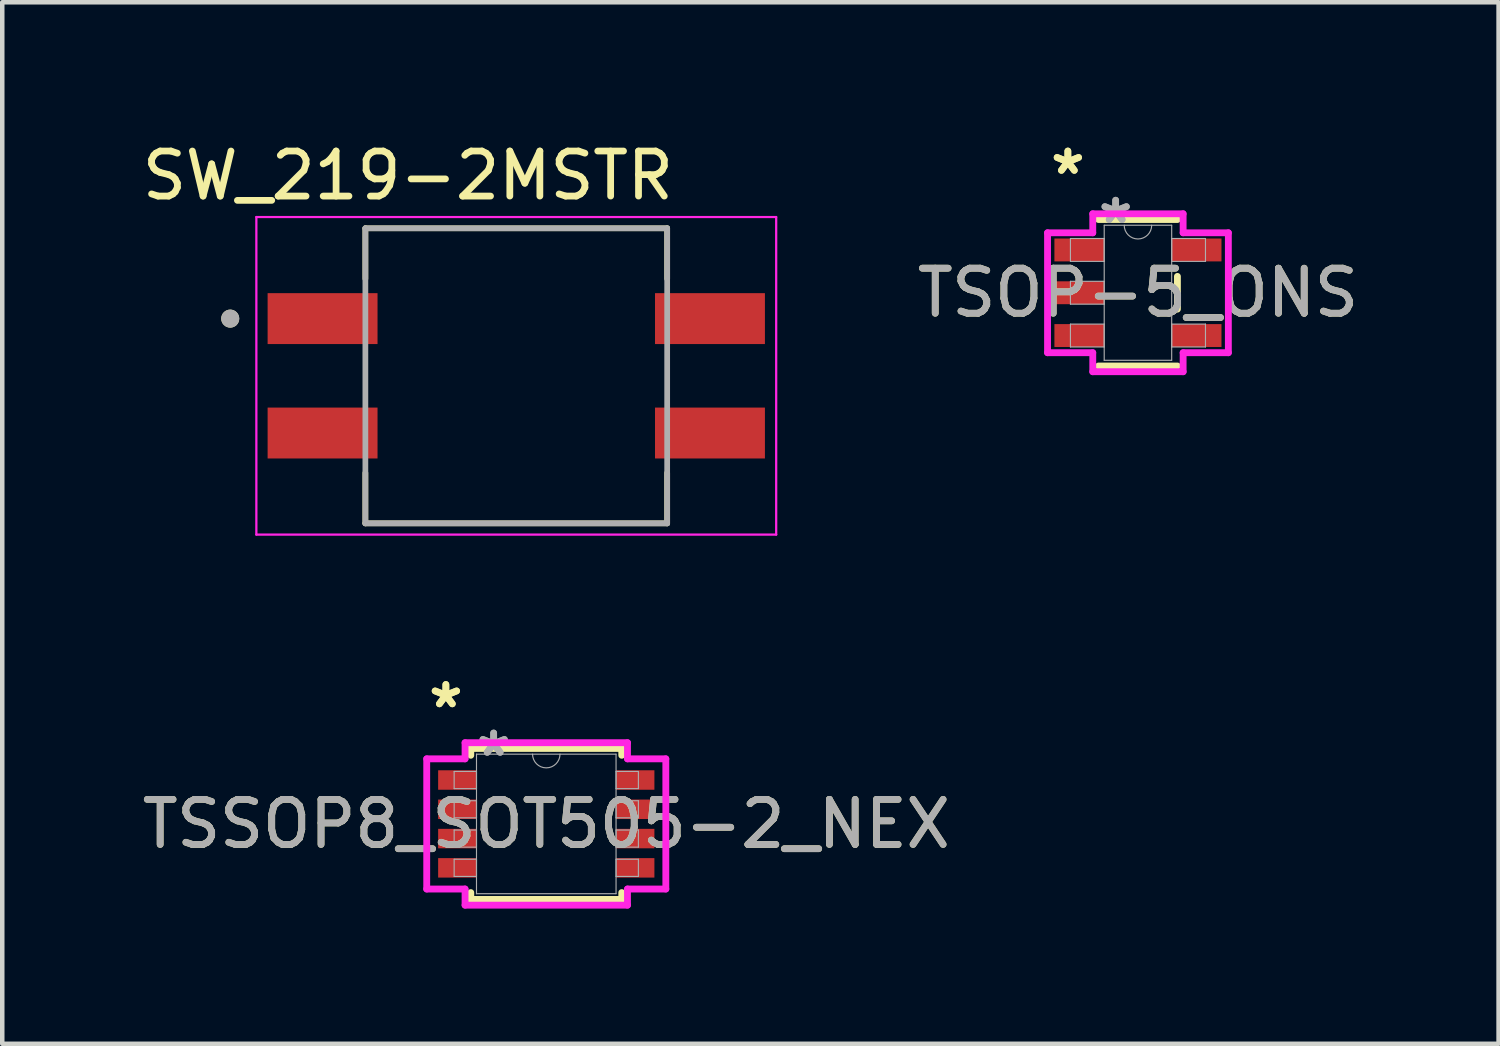
<source format=kicad_pcb>
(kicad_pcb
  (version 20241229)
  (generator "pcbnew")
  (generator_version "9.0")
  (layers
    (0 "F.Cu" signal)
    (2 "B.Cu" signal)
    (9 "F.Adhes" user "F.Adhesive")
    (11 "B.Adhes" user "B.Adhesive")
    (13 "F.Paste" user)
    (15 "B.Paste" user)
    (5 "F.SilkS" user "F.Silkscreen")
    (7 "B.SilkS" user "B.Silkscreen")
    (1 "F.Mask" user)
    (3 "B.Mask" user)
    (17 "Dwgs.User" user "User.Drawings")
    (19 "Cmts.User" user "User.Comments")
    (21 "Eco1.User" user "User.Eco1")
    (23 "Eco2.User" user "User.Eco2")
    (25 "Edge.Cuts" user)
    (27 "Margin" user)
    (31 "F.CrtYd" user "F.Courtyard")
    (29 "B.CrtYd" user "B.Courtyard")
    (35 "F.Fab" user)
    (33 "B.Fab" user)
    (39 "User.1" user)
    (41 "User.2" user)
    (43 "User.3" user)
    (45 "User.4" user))
  (footprint "TSSOP8_SOT505-2_NEX"
    (layer "F.Cu")
    (at 9.077 15.241)
    (property "Reference" "TSSOP8_SOT505-2_NEX" (at 0 0 0) (unlocked yes) (layer "F.SilkS") (effects (font (size 1 1) (thickness 0.15))))
    (attr smd)
    (fp_line (start -1.676 -1.676) (end -1.676 -1.524) (stroke (width 0.152) (type solid)) (layer "F.SilkS"))
    (fp_line (start -1.676 1.524) (end -1.676 1.676) (stroke (width 0.152) (type solid)) (layer "F.SilkS"))
    (fp_line (start -1.676 1.676) (end 1.676 1.676) (stroke (width 0.152) (type solid)) (layer "F.SilkS"))
    (fp_line (start 1.676 -1.676) (end -1.676 -1.676) (stroke (width 0.152) (type solid)) (layer "F.SilkS"))
    (fp_line (start 1.676 -1.524) (end 1.676 -1.676) (stroke (width 0.152) (type solid)) (layer "F.SilkS"))
    (fp_line (start 1.676 1.676) (end 1.676 1.524) (stroke (width 0.152) (type solid)) (layer "F.SilkS"))
    (fp_line (start -2.654 -1.445) (end -1.803 -1.445) (stroke (width 0.152) (type solid)) (layer "F.CrtYd"))
    (fp_line (start -2.654 1.445) (end -2.654 -1.445) (stroke (width 0.152) (type solid)) (layer "F.CrtYd"))
    (fp_line (start -2.654 1.445) (end -1.803 1.445) (stroke (width 0.152) (type solid)) (layer "F.CrtYd"))
    (fp_line (start -1.803 -1.803) (end 1.803 -1.803) (stroke (width 0.152) (type solid)) (layer "F.CrtYd"))
    (fp_line (start -1.803 -1.445) (end -1.803 -1.803) (stroke (width 0.152) (type solid)) (layer "F.CrtYd"))
    (fp_line (start -1.803 1.803) (end -1.803 1.445) (stroke (width 0.152) (type solid)) (layer "F.CrtYd"))
    (fp_line (start 1.803 -1.803) (end 1.803 -1.445) (stroke (width 0.152) (type solid)) (layer "F.CrtYd"))
    (fp_line (start 1.803 1.445) (end 1.803 1.803) (stroke (width 0.152) (type solid)) (layer "F.CrtYd"))
    (fp_line (start 1.803 1.803) (end -1.803 1.803) (stroke (width 0.152) (type solid)) (layer "F.CrtYd"))
    (fp_line (start 2.654 -1.445) (end 1.803 -1.445) (stroke (width 0.152) (type solid)) (layer "F.CrtYd"))
    (fp_line (start 2.654 -1.445) (end 2.654 1.445) (stroke (width 0.152) (type solid)) (layer "F.CrtYd"))
    (fp_line (start 2.654 1.445) (end 1.803 1.445) (stroke (width 0.152) (type solid)) (layer "F.CrtYd"))
    (fp_line (start -2.045 -1.165) (end -2.045 -0.784) (stroke (width 0.025) (type solid)) (layer "F.Fab"))
    (fp_line (start -2.045 -0.784) (end -1.549 -0.784) (stroke (width 0.025) (type solid)) (layer "F.Fab"))
    (fp_line (start -2.045 -0.515) (end -2.045 -0.135) (stroke (width 0.025) (type solid)) (layer "F.Fab"))
    (fp_line (start -2.045 -0.135) (end -1.549 -0.135) (stroke (width 0.025) (type solid)) (layer "F.Fab"))
    (fp_line (start -2.045 0.135) (end -2.045 0.515) (stroke (width 0.025) (type solid)) (layer "F.Fab"))
    (fp_line (start -2.045 0.515) (end -1.549 0.515) (stroke (width 0.025) (type solid)) (layer "F.Fab"))
    (fp_line (start -2.045 0.784) (end -2.045 1.165) (stroke (width 0.025) (type solid)) (layer "F.Fab"))
    (fp_line (start -2.045 1.165) (end -1.549 1.165) (stroke (width 0.025) (type solid)) (layer "F.Fab"))
    (fp_line (start -1.549 -1.549) (end -1.549 1.549) (stroke (width 0.025) (type solid)) (layer "F.Fab"))
    (fp_line (start -1.549 -1.165) (end -2.045 -1.165) (stroke (width 0.025) (type solid)) (layer "F.Fab"))
    (fp_line (start -1.549 -0.784) (end -1.549 -1.165) (stroke (width 0.025) (type solid)) (layer "F.Fab"))
    (fp_line (start -1.549 -0.515) (end -2.045 -0.515) (stroke (width 0.025) (type solid)) (layer "F.Fab"))
    (fp_line (start -1.549 -0.135) (end -1.549 -0.515) (stroke (width 0.025) (type solid)) (layer "F.Fab"))
    (fp_line (start -1.549 0.135) (end -2.045 0.135) (stroke (width 0.025) (type solid)) (layer "F.Fab"))
    (fp_line (start -1.549 0.515) (end -1.549 0.135) (stroke (width 0.025) (type solid)) (layer "F.Fab"))
    (fp_line (start -1.549 0.784) (end -2.045 0.784) (stroke (width 0.025) (type solid)) (layer "F.Fab"))
    (fp_line (start -1.549 1.165) (end -1.549 0.784) (stroke (width 0.025) (type solid)) (layer "F.Fab"))
    (fp_line (start -1.549 1.549) (end 1.549 1.549) (stroke (width 0.025) (type solid)) (layer "F.Fab"))
    (fp_line (start 1.549 -1.549) (end -1.549 -1.549) (stroke (width 0.025) (type solid)) (layer "F.Fab"))
    (fp_line (start 1.549 -1.165) (end 1.549 -0.784) (stroke (width 0.025) (type solid)) (layer "F.Fab"))
    (fp_line (start 1.549 -0.784) (end 2.045 -0.784) (stroke (width 0.025) (type solid)) (layer "F.Fab"))
    (fp_line (start 1.549 -0.515) (end 1.549 -0.135) (stroke (width 0.025) (type solid)) (layer "F.Fab"))
    (fp_line (start 1.549 -0.135) (end 2.045 -0.135) (stroke (width 0.025) (type solid)) (layer "F.Fab"))
    (fp_line (start 1.549 0.135) (end 1.549 0.515) (stroke (width 0.025) (type solid)) (layer "F.Fab"))
    (fp_line (start 1.549 0.515) (end 2.045 0.515) (stroke (width 0.025) (type solid)) (layer "F.Fab"))
    (fp_line (start 1.549 0.784) (end 1.549 1.165) (stroke (width 0.025) (type solid)) (layer "F.Fab"))
    (fp_line (start 1.549 1.165) (end 2.045 1.165) (stroke (width 0.025) (type solid)) (layer "F.Fab"))
    (fp_line (start 1.549 1.549) (end 1.549 -1.549) (stroke (width 0.025) (type solid)) (layer "F.Fab"))
    (fp_line (start 2.045 -1.165) (end 1.549 -1.165) (stroke (width 0.025) (type solid)) (layer "F.Fab"))
    (fp_line (start 2.045 -0.784) (end 2.045 -1.165) (stroke (width 0.025) (type solid)) (layer "F.Fab"))
    (fp_line (start 2.045 -0.515) (end 1.549 -0.515) (stroke (width 0.025) (type solid)) (layer "F.Fab"))
    (fp_line (start 2.045 -0.135) (end 2.045 -0.515) (stroke (width 0.025) (type solid)) (layer "F.Fab"))
    (fp_line (start 2.045 0.135) (end 1.549 0.135) (stroke (width 0.025) (type solid)) (layer "F.Fab"))
    (fp_line (start 2.045 0.515) (end 2.045 0.135) (stroke (width 0.025) (type solid)) (layer "F.Fab"))
    (fp_line (start 2.045 0.784) (end 1.549 0.784) (stroke (width 0.025) (type solid)) (layer "F.Fab"))
    (fp_line (start 2.045 1.165) (end 2.045 0.784) (stroke (width 0.025) (type solid)) (layer "F.Fab"))
    (fp_arc (start 0.3048 -1.5494) (mid 0 -1.2446) (end -0.3048 -1.5494) (stroke (width 0.0254) (type solid)) (layer "F.Fab"))
    (fp_text user "*" (at -2.229 -2.55 0) (unlocked yes) (layer "F.SilkS") (effects (font (size 1 1) (thickness 0.15))))
    (fp_text user "*" (at -2.229 -2.55 0) (layer "F.SilkS") (effects (font (size 1 1) (thickness 0.15))))
    (fp_text user "*" (at -1.168 -1.473 0) (layer "F.Fab") (effects (font (size 1 1) (thickness 0.15))))
    (fp_text user "${REFERENCE}" (at 0 0 0) (unlocked yes) (layer "F.Fab") (effects (font (size 1 1) (thickness 0.15))))
    (fp_text user "*" (at -1.168 -1.473 0) (unlocked yes) (layer "F.Fab") (effects (font (size 1 1) (thickness 0.15))))
    (pad "1" smd rect (at -1.975 -0.975) (size 0.851 0.432) (layers "F.Cu" "F.Mask" "F.Paste"))
    (pad "2" smd rect (at -1.975 -0.325) (size 0.851 0.432) (layers "F.Cu" "F.Mask" "F.Paste"))
    (pad "3" smd rect (at -1.975 0.325) (size 0.851 0.432) (layers "F.Cu" "F.Mask" "F.Paste"))
    (pad "4" smd rect (at -1.975 0.975) (size 0.851 0.432) (layers "F.Cu" "F.Mask" "F.Paste"))
    (pad "5" smd rect (at 1.975 0.975) (size 0.851 0.432) (layers "F.Cu" "F.Mask" "F.Paste"))
    (pad "6" smd rect (at 1.975 0.325) (size 0.851 0.432) (layers "F.Cu" "F.Mask" "F.Paste"))
    (pad "7" smd rect (at 1.975 -0.325) (size 0.851 0.432) (layers "F.Cu" "F.Mask" "F.Paste"))
    (pad "8" smd rect (at 1.975 -0.975) (size 0.851 0.432) (layers "F.Cu" "F.Mask" "F.Paste")))
  (footprint "TSOP-5_ONS"
    (layer "F.Cu")
    (at 22.212 3.449)
    (property "Reference" "TSOP-5_ONS" (at 0 0 0) (unlocked yes) (layer "F.SilkS") (effects (font (size 1 1) (thickness 0.15))))
    (attr smd)
    (fp_line (start -0.876 1.626) (end 0.876 1.626) (stroke (width 0.152) (type solid)) (layer "F.SilkS"))
    (fp_line (start 0.876 -1.626) (end -0.876 -1.626) (stroke (width 0.152) (type solid)) (layer "F.SilkS"))
    (fp_line (start 0.876 0.363) (end 0.876 -0.363) (stroke (width 0.152) (type solid)) (layer "F.SilkS"))
    (fp_line (start -2.007 -1.331) (end -1.003 -1.331) (stroke (width 0.152) (type solid)) (layer "F.CrtYd"))
    (fp_line (start -2.007 1.331) (end -2.007 -1.331) (stroke (width 0.152) (type solid)) (layer "F.CrtYd"))
    (fp_line (start -1.003 -1.753) (end 1.003 -1.753) (stroke (width 0.152) (type solid)) (layer "F.CrtYd"))
    (fp_line (start -1.003 -1.331) (end -1.003 -1.753) (stroke (width 0.152) (type solid)) (layer "F.CrtYd"))
    (fp_line (start -1.003 1.331) (end -2.007 1.331) (stroke (width 0.152) (type solid)) (layer "F.CrtYd"))
    (fp_line (start -1.003 1.753) (end -1.003 1.331) (stroke (width 0.152) (type solid)) (layer "F.CrtYd"))
    (fp_line (start 1.003 -1.753) (end 1.003 -1.331) (stroke (width 0.152) (type solid)) (layer "F.CrtYd"))
    (fp_line (start 1.003 -1.331) (end 2.007 -1.331) (stroke (width 0.152) (type solid)) (layer "F.CrtYd"))
    (fp_line (start 1.003 1.331) (end 1.003 1.753) (stroke (width 0.152) (type solid)) (layer "F.CrtYd"))
    (fp_line (start 1.003 1.753) (end -1.003 1.753) (stroke (width 0.152) (type solid)) (layer "F.CrtYd"))
    (fp_line (start 2.007 -1.331) (end 2.007 1.331) (stroke (width 0.152) (type solid)) (layer "F.CrtYd"))
    (fp_line (start 2.007 1.331) (end 1.003 1.331) (stroke (width 0.152) (type solid)) (layer "F.CrtYd"))
    (fp_line (start -1.499 -1.204) (end -1.499 -0.696) (stroke (width 0.025) (type solid)) (layer "F.Fab"))
    (fp_line (start -1.499 -0.696) (end -0.749 -0.696) (stroke (width 0.025) (type solid)) (layer "F.Fab"))
    (fp_line (start -1.499 -0.254) (end -1.499 0.254) (stroke (width 0.025) (type solid)) (layer "F.Fab"))
    (fp_line (start -1.499 0.254) (end -0.749 0.254) (stroke (width 0.025) (type solid)) (layer "F.Fab"))
    (fp_line (start -1.499 0.696) (end -1.499 1.204) (stroke (width 0.025) (type solid)) (layer "F.Fab"))
    (fp_line (start -1.499 1.204) (end -0.749 1.204) (stroke (width 0.025) (type solid)) (layer "F.Fab"))
    (fp_line (start -0.749 -1.499) (end -0.749 1.499) (stroke (width 0.025) (type solid)) (layer "F.Fab"))
    (fp_line (start -0.749 -1.204) (end -1.499 -1.204) (stroke (width 0.025) (type solid)) (layer "F.Fab"))
    (fp_line (start -0.749 -0.696) (end -0.749 -1.204) (stroke (width 0.025) (type solid)) (layer "F.Fab"))
    (fp_line (start -0.749 -0.254) (end -1.499 -0.254) (stroke (width 0.025) (type solid)) (layer "F.Fab"))
    (fp_line (start -0.749 0.254) (end -0.749 -0.254) (stroke (width 0.025) (type solid)) (layer "F.Fab"))
    (fp_line (start -0.749 0.696) (end -1.499 0.696) (stroke (width 0.025) (type solid)) (layer "F.Fab"))
    (fp_line (start -0.749 1.204) (end -0.749 0.696) (stroke (width 0.025) (type solid)) (layer "F.Fab"))
    (fp_line (start -0.749 1.499) (end 0.749 1.499) (stroke (width 0.025) (type solid)) (layer "F.Fab"))
    (fp_line (start 0.749 -1.499) (end -0.749 -1.499) (stroke (width 0.025) (type solid)) (layer "F.Fab"))
    (fp_line (start 0.749 -1.204) (end 0.749 -0.696) (stroke (width 0.025) (type solid)) (layer "F.Fab"))
    (fp_line (start 0.749 -0.696) (end 1.499 -0.696) (stroke (width 0.025) (type solid)) (layer "F.Fab"))
    (fp_line (start 0.749 0.696) (end 0.749 1.204) (stroke (width 0.025) (type solid)) (layer "F.Fab"))
    (fp_line (start 0.749 1.204) (end 1.499 1.204) (stroke (width 0.025) (type solid)) (layer "F.Fab"))
    (fp_line (start 0.749 1.499) (end 0.749 -1.499) (stroke (width 0.025) (type solid)) (layer "F.Fab"))
    (fp_line (start 1.499 -1.204) (end 0.749 -1.204) (stroke (width 0.025) (type solid)) (layer "F.Fab"))
    (fp_line (start 1.499 -0.696) (end 1.499 -1.204) (stroke (width 0.025) (type solid)) (layer "F.Fab"))
    (fp_line (start 1.499 0.696) (end 0.749 0.696) (stroke (width 0.025) (type solid)) (layer "F.Fab"))
    (fp_line (start 1.499 1.204) (end 1.499 0.696) (stroke (width 0.025) (type solid)) (layer "F.Fab"))
    (fp_arc (start 0.3048 -1.4986) (mid 0 -1.1938) (end -0.3048 -1.4986) (stroke (width 0.0254) (type solid)) (layer "F.Fab"))
    (fp_text user "*" (at -1.556 -2.601 0) (layer "F.SilkS") (effects (font (size 1 1) (thickness 0.15))))
    (fp_text user "*" (at -1.556 -2.601 0) (unlocked yes) (layer "F.SilkS") (effects (font (size 1 1) (thickness 0.15))))
    (fp_text user "${REFERENCE}" (at 0 0 0) (unlocked yes) (layer "F.Fab") (effects (font (size 1 1) (thickness 0.15))))
    (fp_text user "*" (at -0.495 -1.509 0) (unlocked yes) (layer "F.Fab") (effects (font (size 1 1) (thickness 0.15))))
    (fp_text user "*" (at -0.495 -1.509 0) (layer "F.Fab") (effects (font (size 1 1) (thickness 0.15))))
    (pad "1" smd rect (at -1.302 -0.95) (size 1.105 0.508) (layers "F.Cu" "F.Mask" "F.Paste"))
    (pad "2" smd rect (at -1.302 0) (size 1.105 0.508) (layers "F.Cu" "F.Mask" "F.Paste"))
    (pad "3" smd rect (at -1.302 0.95) (size 1.105 0.508) (layers "F.Cu" "F.Mask" "F.Paste"))
    (pad "4" smd rect (at 1.302 0.95) (size 1.105 0.508) (layers "F.Cu" "F.Mask" "F.Paste"))
    (pad "5" smd rect (at 1.302 -0.95) (size 1.105 0.508) (layers "F.Cu" "F.Mask" "F.Paste")))
  (footprint "SW_219-2MSTR"
    (layer "F.Cu")
    (at 8.411 5.293)
    (property "Reference" "SW_219-2MSTR" (at -2.405 -4.445 0) (layer "F.SilkS") (effects (font (size 1 1) (thickness 0.15))))
    (attr smd)
    (fp_line (start -3.35 -3.275) (end -3.35 -2.155) (stroke (width 0.127) (type solid)) (layer "F.SilkS"))
    (fp_line (start -3.35 2.155) (end -3.35 3.275) (stroke (width 0.127) (type solid)) (layer "F.SilkS"))
    (fp_line (start -3.35 3.275) (end 3.35 3.275) (stroke (width 0.127) (type solid)) (layer "F.SilkS"))
    (fp_line (start 3.35 -3.275) (end -3.35 -3.275) (stroke (width 0.127) (type solid)) (layer "F.SilkS"))
    (fp_line (start 3.35 -3.275) (end 3.35 -2.155) (stroke (width 0.127) (type solid)) (layer "F.SilkS"))
    (fp_line (start 3.35 2.155) (end 3.35 3.275) (stroke (width 0.127) (type solid)) (layer "F.SilkS"))
    (fp_circle (center -6.35 -1.27) (end -6.25 -1.27) (stroke (width 0.2) (type solid)) (fill no) (layer "F.SilkS"))
    (fp_line (start -5.77 -3.525) (end 5.77 -3.525) (stroke (width 0.05) (type solid)) (layer "F.CrtYd"))
    (fp_line (start -5.77 3.525) (end -5.77 -3.525) (stroke (width 0.05) (type solid)) (layer "F.CrtYd"))
    (fp_line (start 5.77 -3.525) (end 5.77 3.525) (stroke (width 0.05) (type solid)) (layer "F.CrtYd"))
    (fp_line (start 5.77 3.525) (end -5.77 3.525) (stroke (width 0.05) (type solid)) (layer "F.CrtYd"))
    (fp_line (start -3.35 -3.275) (end -3.35 3.275) (stroke (width 0.127) (type solid)) (layer "F.Fab"))
    (fp_line (start -3.35 3.275) (end 3.35 3.275) (stroke (width 0.127) (type solid)) (layer "F.Fab"))
    (fp_line (start 3.35 -3.275) (end -3.35 -3.275) (stroke (width 0.127) (type solid)) (layer "F.Fab"))
    (fp_line (start 3.35 3.275) (end 3.35 -3.275) (stroke (width 0.127) (type solid)) (layer "F.Fab"))
    (fp_circle (center -6.35 -1.27) (end -6.25 -1.27) (stroke (width 0.2) (type solid)) (fill no) (layer "F.Fab"))
    (pad "1A" smd rect (at -4.3 -1.27) (size 2.44 1.13) (layers "F.Cu" "F.Mask" "F.Paste"))
    (pad "1B" smd rect (at 4.3 -1.27) (size 2.44 1.13) (layers "F.Cu" "F.Mask" "F.Paste"))
    (pad "2A" smd rect (at -4.3 1.27) (size 2.44 1.13) (layers "F.Cu" "F.Mask" "F.Paste"))
    (pad "2B" smd rect (at 4.3 1.27) (size 2.44 1.13) (layers "F.Cu" "F.Mask" "F.Paste")))
  (gr_rect
    (start -3 -3)
    (end 30.218 20.121)
    (stroke (width 0.1) (type default))
    (fill no)
    (layer "Edge.Cuts")))
</source>
